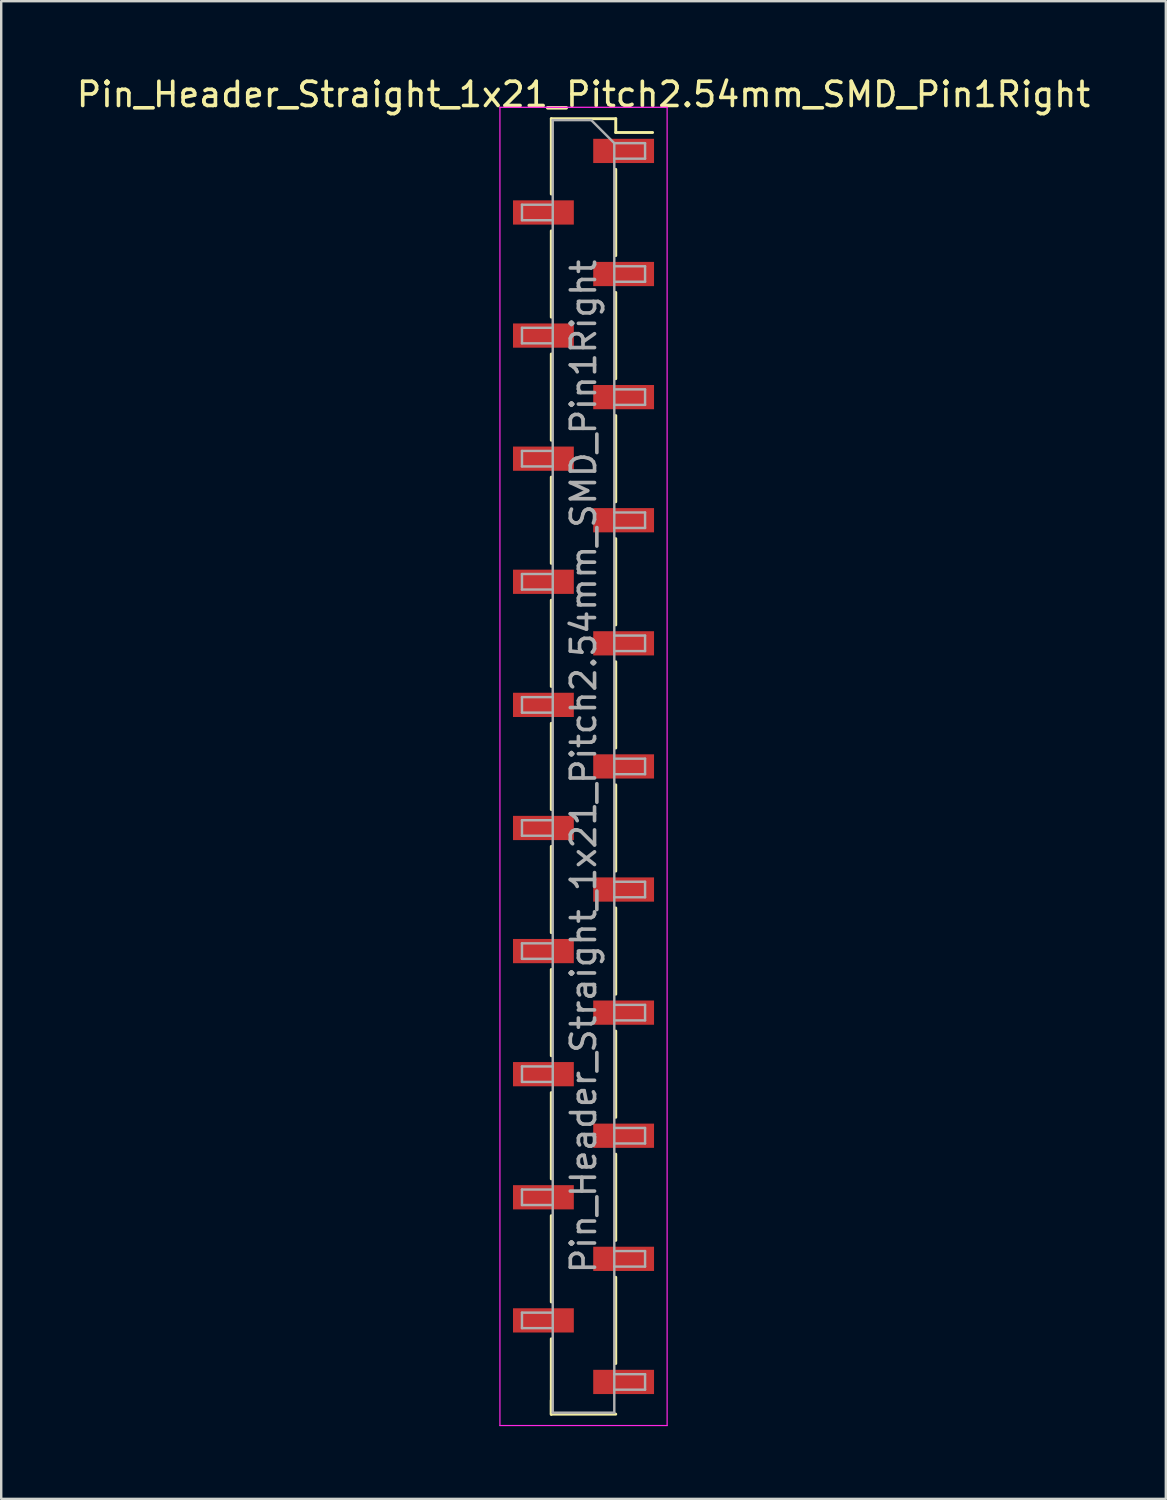
<source format=kicad_pcb>
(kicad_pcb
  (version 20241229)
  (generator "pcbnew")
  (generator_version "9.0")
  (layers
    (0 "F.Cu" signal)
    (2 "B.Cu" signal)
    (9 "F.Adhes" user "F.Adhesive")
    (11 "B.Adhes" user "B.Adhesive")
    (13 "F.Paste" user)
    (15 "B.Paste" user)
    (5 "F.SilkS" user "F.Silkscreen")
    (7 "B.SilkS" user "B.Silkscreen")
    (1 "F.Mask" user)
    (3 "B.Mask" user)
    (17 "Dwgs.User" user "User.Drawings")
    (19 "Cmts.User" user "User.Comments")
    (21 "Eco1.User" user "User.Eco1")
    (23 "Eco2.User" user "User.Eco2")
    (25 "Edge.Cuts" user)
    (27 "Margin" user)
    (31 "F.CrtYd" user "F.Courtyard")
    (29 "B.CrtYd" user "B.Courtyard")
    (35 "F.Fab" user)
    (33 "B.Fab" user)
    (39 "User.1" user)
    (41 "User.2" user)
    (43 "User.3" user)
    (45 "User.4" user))
  (footprint "Pin_Header_Straight_1x21_Pitch2.54mm_SMD_Pin1Right"
    (layer "F.Cu")
    (at 21.03 28.578)
    (property "Reference" "Pin_Header_Straight_1x21_Pitch2.54mm_SMD_Pin1Right" (at 0 -27.73 0) (layer "F.SilkS") (effects (font (size 1 1) (thickness 0.15))))
    (attr smd)
    (fp_line (start -1.33 -26.73) (end -1.33 -23.62) (stroke (width 0.12) (type solid)) (layer "F.SilkS"))
    (fp_line (start -1.33 -26.73) (end 1.33 -26.73) (stroke (width 0.12) (type solid)) (layer "F.SilkS"))
    (fp_line (start -1.33 -22.1) (end -1.33 -18.54) (stroke (width 0.12) (type solid)) (layer "F.SilkS"))
    (fp_line (start -1.33 -17.02) (end -1.33 -13.46) (stroke (width 0.12) (type solid)) (layer "F.SilkS"))
    (fp_line (start -1.33 -11.94) (end -1.33 -8.38) (stroke (width 0.12) (type solid)) (layer "F.SilkS"))
    (fp_line (start -1.33 -6.86) (end -1.33 -3.3) (stroke (width 0.12) (type solid)) (layer "F.SilkS"))
    (fp_line (start -1.33 -1.78) (end -1.33 1.78) (stroke (width 0.12) (type solid)) (layer "F.SilkS"))
    (fp_line (start -1.33 3.3) (end -1.33 6.86) (stroke (width 0.12) (type solid)) (layer "F.SilkS"))
    (fp_line (start -1.33 8.38) (end -1.33 11.94) (stroke (width 0.12) (type solid)) (layer "F.SilkS"))
    (fp_line (start -1.33 13.46) (end -1.33 17.02) (stroke (width 0.12) (type solid)) (layer "F.SilkS"))
    (fp_line (start -1.33 18.54) (end -1.33 22.1) (stroke (width 0.12) (type solid)) (layer "F.SilkS"))
    (fp_line (start -1.33 23.62) (end -1.33 26.73) (stroke (width 0.12) (type solid)) (layer "F.SilkS"))
    (fp_line (start -1.33 26.16) (end -1.33 26.73) (stroke (width 0.12) (type solid)) (layer "F.SilkS"))
    (fp_line (start -1.33 26.73) (end 1.33 26.73) (stroke (width 0.12) (type solid)) (layer "F.SilkS"))
    (fp_line (start 1.33 -26.73) (end 1.33 -26.16) (stroke (width 0.12) (type solid)) (layer "F.SilkS"))
    (fp_line (start 1.33 -26.16) (end 2.85 -26.16) (stroke (width 0.12) (type solid)) (layer "F.SilkS"))
    (fp_line (start 1.33 -24.64) (end 1.33 -21.08) (stroke (width 0.12) (type solid)) (layer "F.SilkS"))
    (fp_line (start 1.33 -19.56) (end 1.33 -16) (stroke (width 0.12) (type solid)) (layer "F.SilkS"))
    (fp_line (start 1.33 -14.48) (end 1.33 -10.92) (stroke (width 0.12) (type solid)) (layer "F.SilkS"))
    (fp_line (start 1.33 -9.4) (end 1.33 -5.84) (stroke (width 0.12) (type solid)) (layer "F.SilkS"))
    (fp_line (start 1.33 -4.32) (end 1.33 -0.76) (stroke (width 0.12) (type solid)) (layer "F.SilkS"))
    (fp_line (start 1.33 0.76) (end 1.33 4.32) (stroke (width 0.12) (type solid)) (layer "F.SilkS"))
    (fp_line (start 1.33 5.84) (end 1.33 9.4) (stroke (width 0.12) (type solid)) (layer "F.SilkS"))
    (fp_line (start 1.33 10.92) (end 1.33 14.48) (stroke (width 0.12) (type solid)) (layer "F.SilkS"))
    (fp_line (start 1.33 16) (end 1.33 19.56) (stroke (width 0.12) (type solid)) (layer "F.SilkS"))
    (fp_line (start 1.33 21.08) (end 1.33 24.64) (stroke (width 0.12) (type solid)) (layer "F.SilkS"))
    (fp_line (start -3.45 -27.2) (end -3.45 27.2) (stroke (width 0.05) (type solid)) (layer "F.CrtYd"))
    (fp_line (start -3.45 27.2) (end 3.45 27.2) (stroke (width 0.05) (type solid)) (layer "F.CrtYd"))
    (fp_line (start 3.45 -27.2) (end -3.45 -27.2) (stroke (width 0.05) (type solid)) (layer "F.CrtYd"))
    (fp_line (start 3.45 27.2) (end 3.45 -27.2) (stroke (width 0.05) (type solid)) (layer "F.CrtYd"))
    (fp_line (start -2.54 -23.18) (end -2.54 -22.54) (stroke (width 0.1) (type solid)) (layer "F.Fab"))
    (fp_line (start -2.54 -22.54) (end -1.27 -22.54) (stroke (width 0.1) (type solid)) (layer "F.Fab"))
    (fp_line (start -2.54 -18.1) (end -2.54 -17.46) (stroke (width 0.1) (type solid)) (layer "F.Fab"))
    (fp_line (start -2.54 -17.46) (end -1.27 -17.46) (stroke (width 0.1) (type solid)) (layer "F.Fab"))
    (fp_line (start -2.54 -13.02) (end -2.54 -12.38) (stroke (width 0.1) (type solid)) (layer "F.Fab"))
    (fp_line (start -2.54 -12.38) (end -1.27 -12.38) (stroke (width 0.1) (type solid)) (layer "F.Fab"))
    (fp_line (start -2.54 -7.94) (end -2.54 -7.3) (stroke (width 0.1) (type solid)) (layer "F.Fab"))
    (fp_line (start -2.54 -7.3) (end -1.27 -7.3) (stroke (width 0.1) (type solid)) (layer "F.Fab"))
    (fp_line (start -2.54 -2.86) (end -2.54 -2.22) (stroke (width 0.1) (type solid)) (layer "F.Fab"))
    (fp_line (start -2.54 -2.22) (end -1.27 -2.22) (stroke (width 0.1) (type solid)) (layer "F.Fab"))
    (fp_line (start -2.54 2.22) (end -2.54 2.86) (stroke (width 0.1) (type solid)) (layer "F.Fab"))
    (fp_line (start -2.54 2.86) (end -1.27 2.86) (stroke (width 0.1) (type solid)) (layer "F.Fab"))
    (fp_line (start -2.54 7.3) (end -2.54 7.94) (stroke (width 0.1) (type solid)) (layer "F.Fab"))
    (fp_line (start -2.54 7.94) (end -1.27 7.94) (stroke (width 0.1) (type solid)) (layer "F.Fab"))
    (fp_line (start -2.54 12.38) (end -2.54 13.02) (stroke (width 0.1) (type solid)) (layer "F.Fab"))
    (fp_line (start -2.54 13.02) (end -1.27 13.02) (stroke (width 0.1) (type solid)) (layer "F.Fab"))
    (fp_line (start -2.54 17.46) (end -2.54 18.1) (stroke (width 0.1) (type solid)) (layer "F.Fab"))
    (fp_line (start -2.54 18.1) (end -1.27 18.1) (stroke (width 0.1) (type solid)) (layer "F.Fab"))
    (fp_line (start -2.54 22.54) (end -2.54 23.18) (stroke (width 0.1) (type solid)) (layer "F.Fab"))
    (fp_line (start -2.54 23.18) (end -1.27 23.18) (stroke (width 0.1) (type solid)) (layer "F.Fab"))
    (fp_line (start -1.27 -26.67) (end -1.27 26.67) (stroke (width 0.1) (type solid)) (layer "F.Fab"))
    (fp_line (start -1.27 -26.67) (end 0.32 -26.67) (stroke (width 0.1) (type solid)) (layer "F.Fab"))
    (fp_line (start -1.27 -23.18) (end -2.54 -23.18) (stroke (width 0.1) (type solid)) (layer "F.Fab"))
    (fp_line (start -1.27 -18.1) (end -2.54 -18.1) (stroke (width 0.1) (type solid)) (layer "F.Fab"))
    (fp_line (start -1.27 -13.02) (end -2.54 -13.02) (stroke (width 0.1) (type solid)) (layer "F.Fab"))
    (fp_line (start -1.27 -7.94) (end -2.54 -7.94) (stroke (width 0.1) (type solid)) (layer "F.Fab"))
    (fp_line (start -1.27 -2.86) (end -2.54 -2.86) (stroke (width 0.1) (type solid)) (layer "F.Fab"))
    (fp_line (start -1.27 2.22) (end -2.54 2.22) (stroke (width 0.1) (type solid)) (layer "F.Fab"))
    (fp_line (start -1.27 7.3) (end -2.54 7.3) (stroke (width 0.1) (type solid)) (layer "F.Fab"))
    (fp_line (start -1.27 12.38) (end -2.54 12.38) (stroke (width 0.1) (type solid)) (layer "F.Fab"))
    (fp_line (start -1.27 17.46) (end -2.54 17.46) (stroke (width 0.1) (type solid)) (layer "F.Fab"))
    (fp_line (start -1.27 22.54) (end -2.54 22.54) (stroke (width 0.1) (type solid)) (layer "F.Fab"))
    (fp_line (start 1.27 -25.72) (end 0.32 -26.67) (stroke (width 0.1) (type solid)) (layer "F.Fab"))
    (fp_line (start 1.27 -25.72) (end 2.54 -25.72) (stroke (width 0.1) (type solid)) (layer "F.Fab"))
    (fp_line (start 1.27 -20.64) (end 2.54 -20.64) (stroke (width 0.1) (type solid)) (layer "F.Fab"))
    (fp_line (start 1.27 -15.56) (end 2.54 -15.56) (stroke (width 0.1) (type solid)) (layer "F.Fab"))
    (fp_line (start 1.27 -10.48) (end 2.54 -10.48) (stroke (width 0.1) (type solid)) (layer "F.Fab"))
    (fp_line (start 1.27 -5.4) (end 2.54 -5.4) (stroke (width 0.1) (type solid)) (layer "F.Fab"))
    (fp_line (start 1.27 -0.32) (end 2.54 -0.32) (stroke (width 0.1) (type solid)) (layer "F.Fab"))
    (fp_line (start 1.27 4.76) (end 2.54 4.76) (stroke (width 0.1) (type solid)) (layer "F.Fab"))
    (fp_line (start 1.27 9.84) (end 2.54 9.84) (stroke (width 0.1) (type solid)) (layer "F.Fab"))
    (fp_line (start 1.27 14.92) (end 2.54 14.92) (stroke (width 0.1) (type solid)) (layer "F.Fab"))
    (fp_line (start 1.27 20) (end 2.54 20) (stroke (width 0.1) (type solid)) (layer "F.Fab"))
    (fp_line (start 1.27 25.08) (end 2.54 25.08) (stroke (width 0.1) (type solid)) (layer "F.Fab"))
    (fp_line (start 1.27 26.67) (end -1.27 26.67) (stroke (width 0.1) (type solid)) (layer "F.Fab"))
    (fp_line (start 1.27 26.67) (end 1.27 -25.72) (stroke (width 0.1) (type solid)) (layer "F.Fab"))
    (fp_line (start 2.54 -25.72) (end 2.54 -25.08) (stroke (width 0.1) (type solid)) (layer "F.Fab"))
    (fp_line (start 2.54 -25.08) (end 1.27 -25.08) (stroke (width 0.1) (type solid)) (layer "F.Fab"))
    (fp_line (start 2.54 -20.64) (end 2.54 -20) (stroke (width 0.1) (type solid)) (layer "F.Fab"))
    (fp_line (start 2.54 -20) (end 1.27 -20) (stroke (width 0.1) (type solid)) (layer "F.Fab"))
    (fp_line (start 2.54 -15.56) (end 2.54 -14.92) (stroke (width 0.1) (type solid)) (layer "F.Fab"))
    (fp_line (start 2.54 -14.92) (end 1.27 -14.92) (stroke (width 0.1) (type solid)) (layer "F.Fab"))
    (fp_line (start 2.54 -10.48) (end 2.54 -9.84) (stroke (width 0.1) (type solid)) (layer "F.Fab"))
    (fp_line (start 2.54 -9.84) (end 1.27 -9.84) (stroke (width 0.1) (type solid)) (layer "F.Fab"))
    (fp_line (start 2.54 -5.4) (end 2.54 -4.76) (stroke (width 0.1) (type solid)) (layer "F.Fab"))
    (fp_line (start 2.54 -4.76) (end 1.27 -4.76) (stroke (width 0.1) (type solid)) (layer "F.Fab"))
    (fp_line (start 2.54 -0.32) (end 2.54 0.32) (stroke (width 0.1) (type solid)) (layer "F.Fab"))
    (fp_line (start 2.54 0.32) (end 1.27 0.32) (stroke (width 0.1) (type solid)) (layer "F.Fab"))
    (fp_line (start 2.54 4.76) (end 2.54 5.4) (stroke (width 0.1) (type solid)) (layer "F.Fab"))
    (fp_line (start 2.54 5.4) (end 1.27 5.4) (stroke (width 0.1) (type solid)) (layer "F.Fab"))
    (fp_line (start 2.54 9.84) (end 2.54 10.48) (stroke (width 0.1) (type solid)) (layer "F.Fab"))
    (fp_line (start 2.54 10.48) (end 1.27 10.48) (stroke (width 0.1) (type solid)) (layer "F.Fab"))
    (fp_line (start 2.54 14.92) (end 2.54 15.56) (stroke (width 0.1) (type solid)) (layer "F.Fab"))
    (fp_line (start 2.54 15.56) (end 1.27 15.56) (stroke (width 0.1) (type solid)) (layer "F.Fab"))
    (fp_line (start 2.54 20) (end 2.54 20.64) (stroke (width 0.1) (type solid)) (layer "F.Fab"))
    (fp_line (start 2.54 20.64) (end 1.27 20.64) (stroke (width 0.1) (type solid)) (layer "F.Fab"))
    (fp_line (start 2.54 25.08) (end 2.54 25.72) (stroke (width 0.1) (type solid)) (layer "F.Fab"))
    (fp_line (start 2.54 25.72) (end 1.27 25.72) (stroke (width 0.1) (type solid)) (layer "F.Fab"))
    (fp_text user "${REFERENCE}" (at 0 0 90) (layer "F.Fab") (effects (font (size 1 1) (thickness 0.15))))
    (pad "1" smd rect (at 1.655 -25.4) (size 2.51 1) (layers "F.Cu" "F.Mask" "F.Paste"))
    (pad "2" smd rect (at -1.655 -22.86) (size 2.51 1) (layers "F.Cu" "F.Mask" "F.Paste"))
    (pad "3" smd rect (at 1.655 -20.32) (size 2.51 1) (layers "F.Cu" "F.Mask" "F.Paste"))
    (pad "4" smd rect (at -1.655 -17.78) (size 2.51 1) (layers "F.Cu" "F.Mask" "F.Paste"))
    (pad "5" smd rect (at 1.655 -15.24) (size 2.51 1) (layers "F.Cu" "F.Mask" "F.Paste"))
    (pad "6" smd rect (at -1.655 -12.7) (size 2.51 1) (layers "F.Cu" "F.Mask" "F.Paste"))
    (pad "7" smd rect (at 1.655 -10.16) (size 2.51 1) (layers "F.Cu" "F.Mask" "F.Paste"))
    (pad "8" smd rect (at -1.655 -7.62) (size 2.51 1) (layers "F.Cu" "F.Mask" "F.Paste"))
    (pad "9" smd rect (at 1.655 -5.08) (size 2.51 1) (layers "F.Cu" "F.Mask" "F.Paste"))
    (pad "10" smd rect (at -1.655 -2.54) (size 2.51 1) (layers "F.Cu" "F.Mask" "F.Paste"))
    (pad "11" smd rect (at 1.655 0) (size 2.51 1) (layers "F.Cu" "F.Mask" "F.Paste"))
    (pad "12" smd rect (at -1.655 2.54) (size 2.51 1) (layers "F.Cu" "F.Mask" "F.Paste"))
    (pad "13" smd rect (at 1.655 5.08) (size 2.51 1) (layers "F.Cu" "F.Mask" "F.Paste"))
    (pad "14" smd rect (at -1.655 7.62) (size 2.51 1) (layers "F.Cu" "F.Mask" "F.Paste"))
    (pad "15" smd rect (at 1.655 10.16) (size 2.51 1) (layers "F.Cu" "F.Mask" "F.Paste"))
    (pad "16" smd rect (at -1.655 12.7) (size 2.51 1) (layers "F.Cu" "F.Mask" "F.Paste"))
    (pad "17" smd rect (at 1.655 15.24) (size 2.51 1) (layers "F.Cu" "F.Mask" "F.Paste"))
    (pad "18" smd rect (at -1.655 17.78) (size 2.51 1) (layers "F.Cu" "F.Mask" "F.Paste"))
    (pad "19" smd rect (at 1.655 20.32) (size 2.51 1) (layers "F.Cu" "F.Mask" "F.Paste"))
    (pad "20" smd rect (at -1.655 22.86) (size 2.51 1) (layers "F.Cu" "F.Mask" "F.Paste"))
    (pad "21" smd rect (at 1.655 25.4) (size 2.51 1) (layers "F.Cu" "F.Mask" "F.Paste")))
  (gr_rect
    (start -3 -3)
    (end 45.06 58.803)
    (stroke (width 0.1) (type default))
    (fill no)
    (layer "Edge.Cuts")))
</source>
